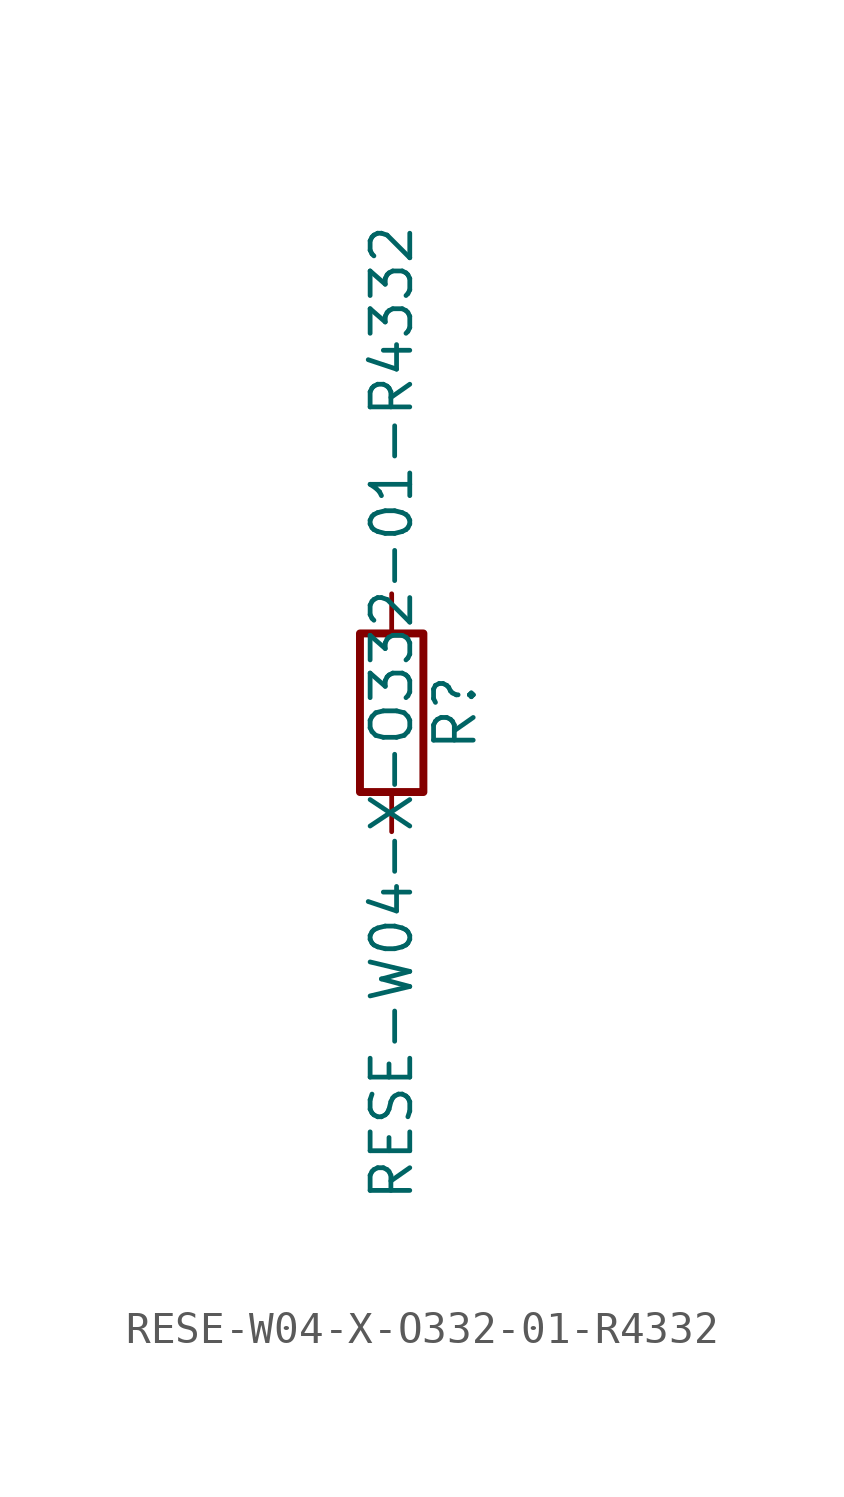
<source format=kicad_sym>
(kicad_symbol_lib
  (version 20211014)
  (generator kicad_symbol_editor)
  (symbol "RESE-W04-X-O332-01-R4332"
    (pin_numbers hide)
    (pin_names
      (offset 0))
    (property "Reference" "R"
      (at 2.032 0 90)
      (effects (font (size 1.27 1.27))))
    (property "Value" "RESE-W04-X-O332-01-R4332"
      (at 0 0 90)
      (effects (font (size 1.27 1.27))))
    (symbol "RESE-W04-X-O332-01-R4332_0_1"
      (rectangle (start -1.016 -2.54) (end 1.016 2.54) (stroke (width 0.254) (type default) (color 0 0 0 0)) (fill (type none))))
    (symbol "RESE-W04-X-O332-01-R4332_1_1"
      (pin passive line (at 0 3.81 270) (length 1.27) (name "~" (effects (font (size 1.27 1.27)))) (number "1" (effects (font (size 1.27 1.27)))))
      (pin passive line (at 0 -3.81 90) (length 1.27) (name "~" (effects (font (size 1.27 1.27)))) (number "2" (effects (font (size 1.27 1.27))))))))
</source>
